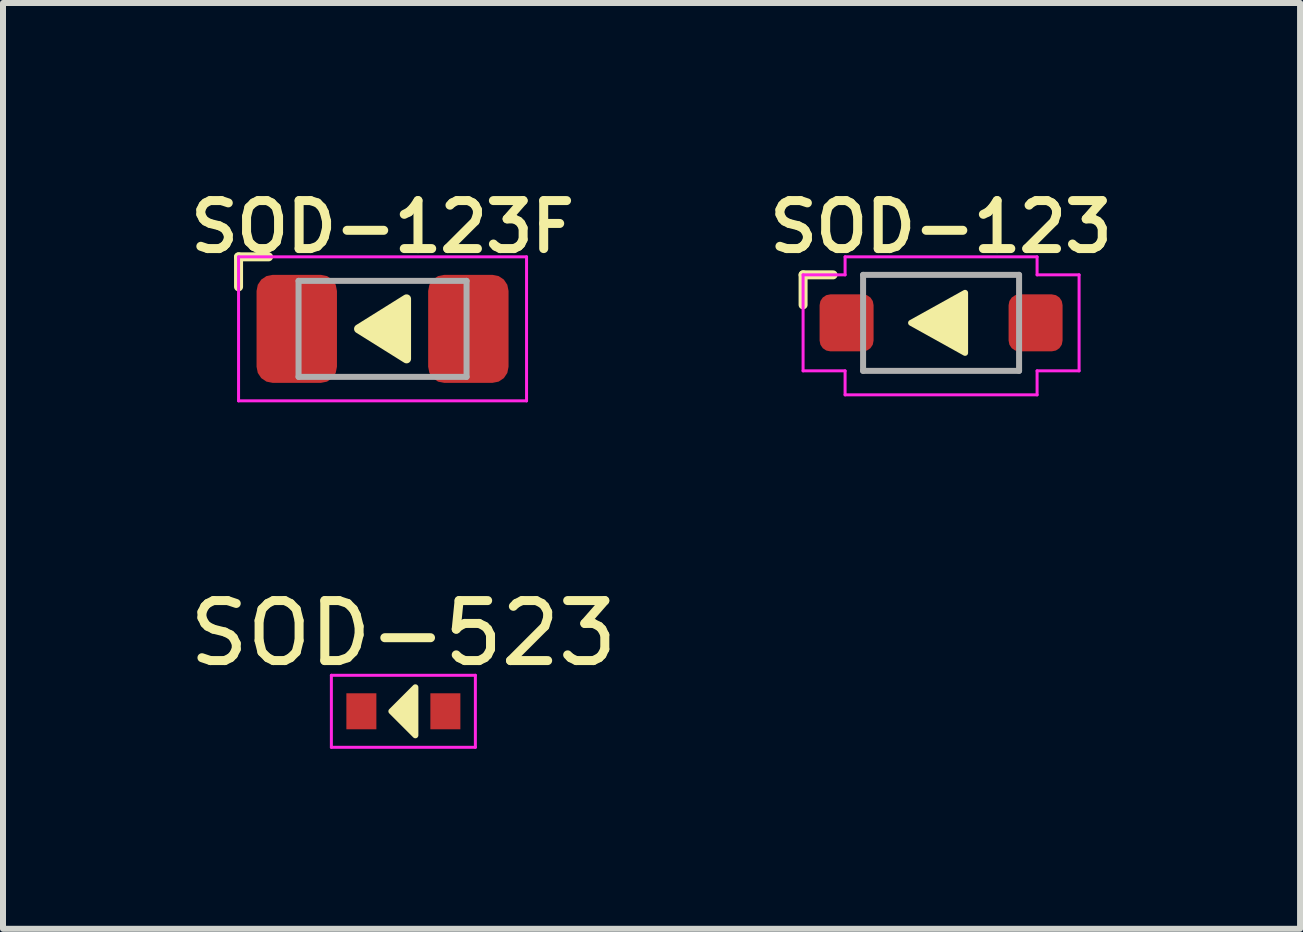
<source format=kicad_pcb>
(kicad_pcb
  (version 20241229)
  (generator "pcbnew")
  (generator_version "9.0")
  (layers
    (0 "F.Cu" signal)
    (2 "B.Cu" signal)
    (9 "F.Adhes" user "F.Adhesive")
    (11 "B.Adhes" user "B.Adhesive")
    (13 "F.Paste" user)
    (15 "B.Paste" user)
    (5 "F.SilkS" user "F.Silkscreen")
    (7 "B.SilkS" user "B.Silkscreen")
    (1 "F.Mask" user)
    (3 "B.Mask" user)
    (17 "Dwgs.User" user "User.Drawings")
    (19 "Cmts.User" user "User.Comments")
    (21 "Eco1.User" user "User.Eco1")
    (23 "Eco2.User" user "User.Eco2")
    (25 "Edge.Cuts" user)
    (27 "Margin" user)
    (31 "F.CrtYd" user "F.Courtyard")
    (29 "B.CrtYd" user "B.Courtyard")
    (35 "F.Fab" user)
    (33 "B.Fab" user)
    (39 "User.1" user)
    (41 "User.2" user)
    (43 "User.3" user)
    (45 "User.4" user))
  (footprint "SOD-523"
    (layer "F.Cu")
    (at 3.673 8.805)
    (property "Reference" "SOD-523" (at 0 -1.3 0) (layer "F.SilkS") (effects (font (size 1 1) (thickness 0.15))))
    (attr smd)
    (fp_poly (pts (xy 0.2 0.4) (xy -0.2 0) (xy 0.2 -0.4)) (stroke (width 0.1) (type solid)) (fill yes) (layer "F.SilkS"))
    (fp_line (start -1.2 -0.6) (end 1.2 -0.6) (stroke (width 0.05) (type solid)) (layer "F.CrtYd"))
    (fp_line (start -1.2 0.6) (end -1.2 -0.6) (stroke (width 0.05) (type solid)) (layer "F.CrtYd"))
    (fp_line (start 1.2 -0.6) (end 1.2 0.6) (stroke (width 0.05) (type solid)) (layer "F.CrtYd"))
    (fp_line (start 1.2 0.6) (end -1.2 0.6) (stroke (width 0.05) (type solid)) (layer "F.CrtYd"))
    (pad "1" smd rect (at -0.7 0) (size 0.5 0.6) (layers "F.Cu" "F.Mask" "F.Paste"))
    (pad "2" smd rect (at 0.7 0) (size 0.5 0.6) (layers "F.Cu" "F.Mask" "F.Paste")))
  (footprint "SOD-123"
    (layer "F.Cu")
    (at 12.635 2.331)
    (property "Reference" "SOD-123" (at 0 -1.6 0) (layer "F.SilkS") (effects (font (size 0.8 0.8) (thickness 0.15))))
    (attr smd)
    (fp_line (start -2.3 -0.8) (end -2.3 -0.3) (stroke (width 0.15) (type default)) (layer "F.SilkS"))
    (fp_line (start -2.3 -0.8) (end -1.8 -0.8) (stroke (width 0.15) (type default)) (layer "F.SilkS"))
    (fp_poly (pts (xy 0.4 0.5) (xy 0.4 -0.5) (xy -0.5 0)) (stroke (width 0.1) (type solid)) (fill yes) (layer "F.SilkS"))
    (fp_line (start -2.3 -0.8) (end -1.6 -0.8) (stroke (width 0.05) (type default)) (layer "F.CrtYd"))
    (fp_line (start -2.3 0.8) (end -2.3 -0.8) (stroke (width 0.05) (type solid)) (layer "F.CrtYd"))
    (fp_line (start -2.3 0.8) (end -1.6 0.8) (stroke (width 0.05) (type default)) (layer "F.CrtYd"))
    (fp_line (start -1.6 -1.1) (end 1.6 -1.1) (stroke (width 0.05) (type solid)) (layer "F.CrtYd"))
    (fp_line (start -1.6 -0.8) (end -1.6 -1.1) (stroke (width 0.05) (type default)) (layer "F.CrtYd"))
    (fp_line (start -1.6 0.8) (end -1.6 1.2) (stroke (width 0.05) (type default)) (layer "F.CrtYd"))
    (fp_line (start 1.6 -0.8) (end 1.6 -1.1) (stroke (width 0.05) (type default)) (layer "F.CrtYd"))
    (fp_line (start 1.6 0.8) (end 2.3 0.8) (stroke (width 0.05) (type default)) (layer "F.CrtYd"))
    (fp_line (start 1.6 1.2) (end -1.6 1.2) (stroke (width 0.05) (type solid)) (layer "F.CrtYd"))
    (fp_line (start 1.6 1.2) (end 1.6 0.8) (stroke (width 0.05) (type default)) (layer "F.CrtYd"))
    (fp_line (start 2.3 -0.8) (end 1.6 -0.8) (stroke (width 0.05) (type default)) (layer "F.CrtYd"))
    (fp_line (start 2.3 -0.8) (end 2.3 0.8) (stroke (width 0.05) (type solid)) (layer "F.CrtYd"))
    (fp_line (start -1.3 -0.8) (end 1.3 -0.8) (stroke (width 0.1) (type default)) (layer "F.Fab"))
    (fp_line (start -1.3 0.8) (end -1.3 -0.8) (stroke (width 0.1) (type default)) (layer "F.Fab"))
    (fp_line (start 1.3 -0.8) (end 1.3 0.8) (stroke (width 0.1) (type default)) (layer "F.Fab"))
    (fp_line (start 1.3 0.8) (end -1.3 0.8) (stroke (width 0.1) (type default)) (layer "F.Fab"))
    (pad "1" smd roundrect (at -1.575 0) (size 0.9 0.95) (layers "F.Cu" "F.Mask" "F.Paste") (roundrect_rratio 0.2))
    (pad "2" smd roundrect (at 1.575 0) (size 0.9 0.95) (layers "F.Cu" "F.Mask" "F.Paste") (roundrect_rratio 0.2)))
  (footprint "SOD-123F"
    (layer "F.Cu")
    (at 3.326 2.431)
    (property "Reference" "SOD-123F" (at 0 -1.7 0) (layer "F.SilkS") (effects (font (size 0.8 0.8) (thickness 0.15))))
    (attr smd)
    (fp_line (start -2.4 -1.2) (end -2.4 -0.7) (stroke (width 0.15) (type default)) (layer "F.SilkS"))
    (fp_line (start -2.4 -1.2) (end -1.9 -1.2) (stroke (width 0.15) (type default)) (layer "F.SilkS"))
    (fp_poly (pts (xy 0.4 0.5) (xy 0.4 -0.5) (xy -0.4 0)) (stroke (width 0.15) (type solid)) (fill yes) (layer "F.SilkS"))
    (fp_line (start -2.4 -1.2) (end 2.4 -1.2) (stroke (width 0.05) (type solid)) (layer "F.CrtYd"))
    (fp_line (start -2.4 1.2) (end -2.4 -1.2) (stroke (width 0.05) (type solid)) (layer "F.CrtYd"))
    (fp_line (start 2.4 -1.2) (end 2.4 1.2) (stroke (width 0.05) (type solid)) (layer "F.CrtYd"))
    (fp_line (start 2.4 1.2) (end -2.4 1.2) (stroke (width 0.05) (type solid)) (layer "F.CrtYd"))
    (fp_line (start -1.4 -0.8) (end 1.4 -0.8) (stroke (width 0.1) (type default)) (layer "F.Fab"))
    (fp_line (start -1.4 0.8) (end -1.4 -0.8) (stroke (width 0.1) (type default)) (layer "F.Fab"))
    (fp_line (start 1.4 -0.8) (end 1.4 0.8) (stroke (width 0.1) (type default)) (layer "F.Fab"))
    (fp_line (start 1.4 0.8) (end -1.4 0.8) (stroke (width 0.1) (type default)) (layer "F.Fab"))
    (pad "1" smd roundrect (at -1.43 0) (size 1.34 1.8) (layers "F.Cu" "F.Mask" "F.Paste") (roundrect_rratio 0.2))
    (pad "2" smd roundrect (at 1.43 0) (size 1.34 1.8) (layers "F.Cu" "F.Mask" "F.Paste") (roundrect_rratio 0.2)))
  (gr_rect
    (start -3 -3)
    (end 18.618 12.43)
    (stroke (width 0.1) (type default))
    (fill no)
    (layer "Edge.Cuts")))
</source>
